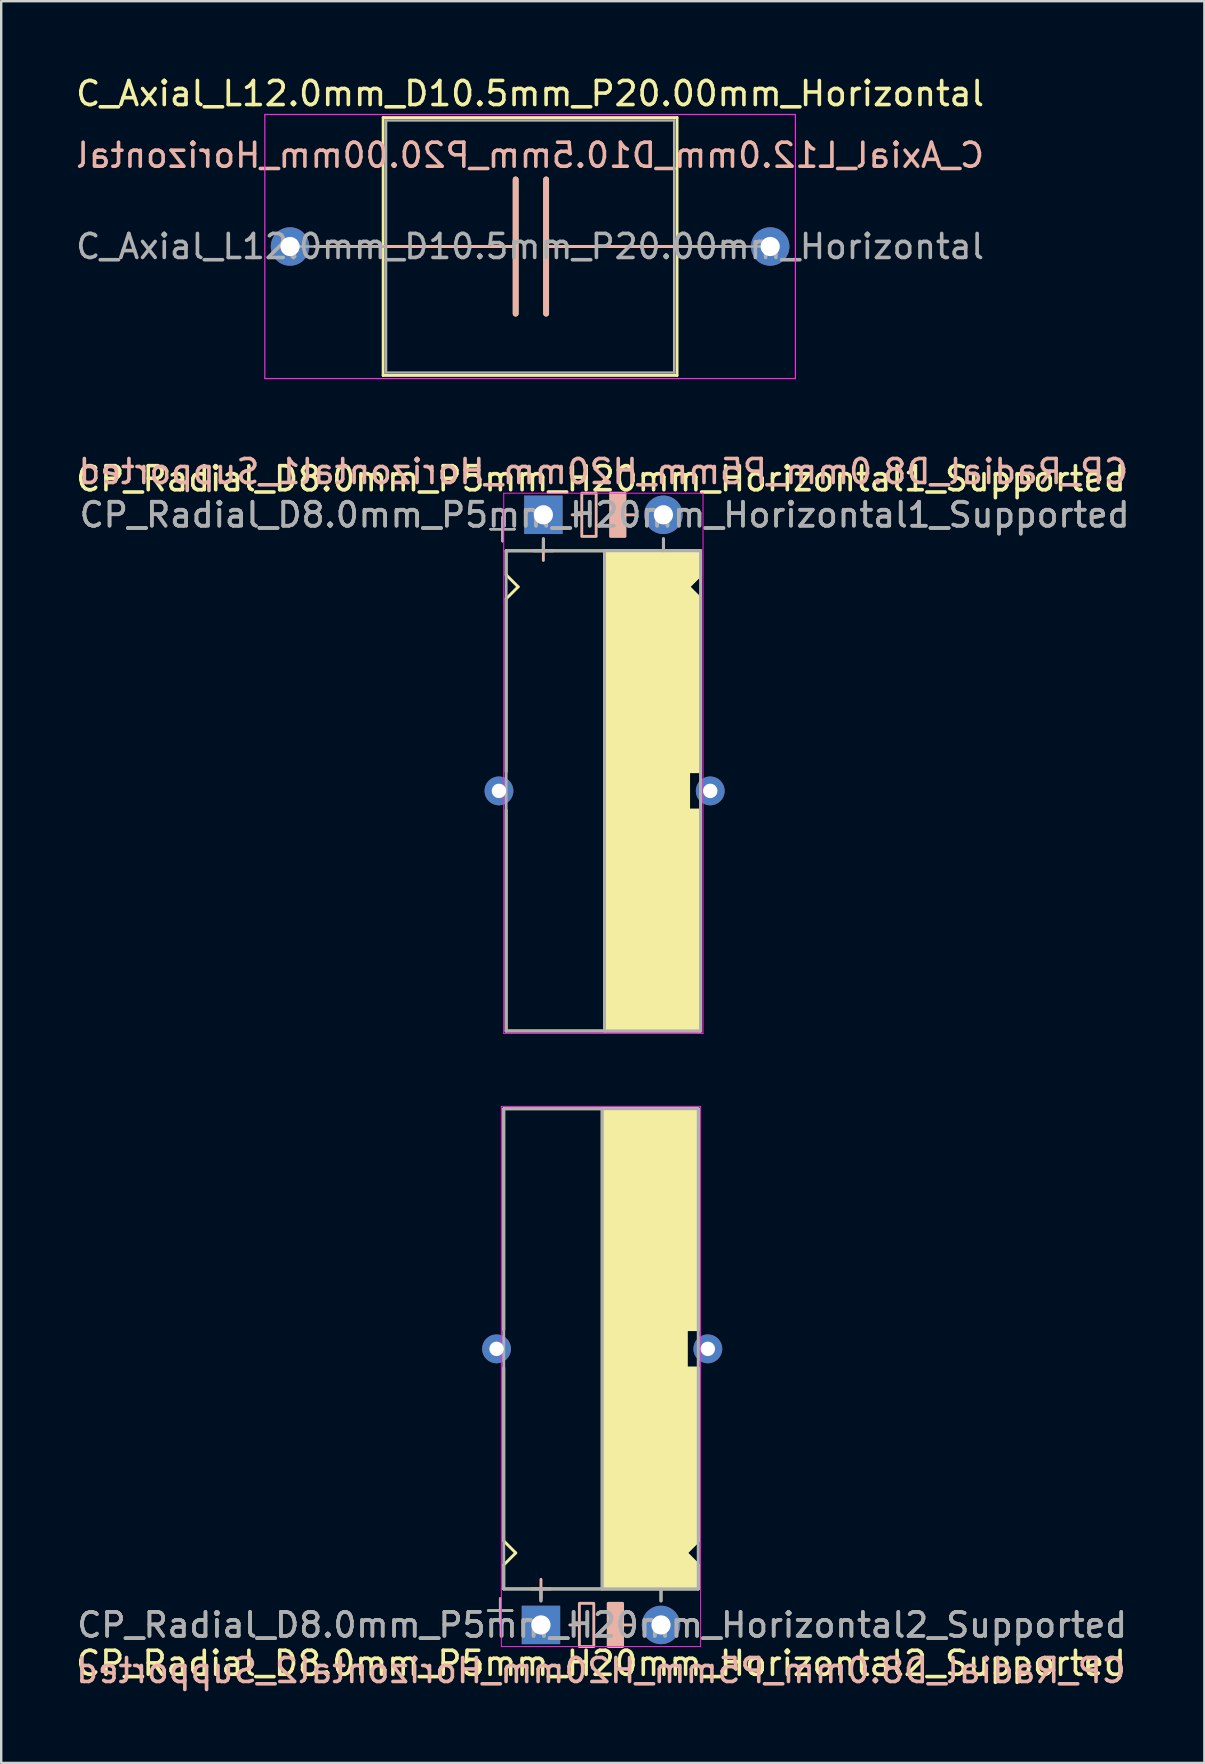
<source format=kicad_pcb>
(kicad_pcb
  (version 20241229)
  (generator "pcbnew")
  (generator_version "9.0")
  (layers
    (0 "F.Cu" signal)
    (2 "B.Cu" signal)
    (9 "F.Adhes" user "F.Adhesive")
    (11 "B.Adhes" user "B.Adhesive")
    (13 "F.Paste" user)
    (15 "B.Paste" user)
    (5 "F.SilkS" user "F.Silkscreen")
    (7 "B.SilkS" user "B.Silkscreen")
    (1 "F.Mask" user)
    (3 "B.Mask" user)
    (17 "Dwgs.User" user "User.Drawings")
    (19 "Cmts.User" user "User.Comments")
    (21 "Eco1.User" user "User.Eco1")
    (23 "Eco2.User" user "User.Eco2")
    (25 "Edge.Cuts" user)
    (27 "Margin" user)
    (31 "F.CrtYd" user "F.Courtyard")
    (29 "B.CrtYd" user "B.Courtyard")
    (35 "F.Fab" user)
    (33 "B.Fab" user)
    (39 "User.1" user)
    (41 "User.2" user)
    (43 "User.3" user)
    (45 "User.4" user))
  (footprint "CP_Radial_D8.0mm_P5mm_H20mm_Horizontal1_Supported"
    (layer "F.Cu")
    (at 20.382 18.392)
    (property "Reference" "CP_Radial_D8.0mm_P5mm_H20mm_Horizontal1_Supported" (at 1.6 -1.5 0) (layer "F.SilkS") (effects (font (size 1 1) (thickness 0.15))))
    (fp_line (start -3 0.6) (end -2 0.6) (stroke (width 0.1) (type solid)) (layer "F.SilkS"))
    (fp_line (start -2.5 1.1) (end -2.5 0.1) (stroke (width 0.1) (type solid)) (layer "F.SilkS"))
    (fp_line (start -2.35 1.5) (end -2.35 2.5) (stroke (width 0.12) (type solid)) (layer "F.SilkS"))
    (fp_line (start -2.35 1.5) (end 5.75 1.5) (stroke (width 0.12) (type solid)) (layer "F.SilkS"))
    (fp_line (start -2.35 2.5) (end -1.85 3) (stroke (width 0.12) (type solid)) (layer "F.SilkS"))
    (fp_line (start -2.35 10.7) (end -2.35 3.5) (stroke (width 0.12) (type solid)) (layer "F.SilkS"))
    (fp_line (start -2.35 12.3) (end -2.35 21.5) (stroke (width 0.12) (type solid)) (layer "F.SilkS"))
    (fp_line (start -2.35 21.5) (end 5.65 21.5) (stroke (width 0.12) (type solid)) (layer "F.SilkS"))
    (fp_line (start -1.85 3) (end -2.35 3.5) (stroke (width 0.12) (type solid)) (layer "F.SilkS"))
    (fp_line (start -0.8 1) (end -0.8 1.5) (stroke (width 0.12) (type solid)) (layer "F.SilkS"))
    (fp_line (start 1.75 21.5) (end 1.75 1.5) (stroke (width 0.12) (type solid)) (layer "F.SilkS"))
    (fp_line (start 4.2 1) (end 4.2 1.5) (stroke (width 0.12) (type solid)) (layer "F.SilkS"))
    (fp_line (start 5.25 3) (end 5.75 2.5) (stroke (width 0.12) (type solid)) (layer "F.SilkS"))
    (fp_line (start 5.25 10.7) (end 5.25 12.3) (stroke (width 0.12) (type solid)) (layer "F.SilkS"))
    (fp_line (start 5.25 12.3) (end 5.75 12.3) (stroke (width 0.12) (type solid)) (layer "F.SilkS"))
    (fp_line (start 5.75 2.5) (end 5.75 1.5) (stroke (width 0.12) (type solid)) (layer "F.SilkS"))
    (fp_line (start 5.75 3.5) (end 5.25 3) (stroke (width 0.12) (type solid)) (layer "F.SilkS"))
    (fp_line (start 5.75 10.7) (end 5.25 10.7) (stroke (width 0.12) (type solid)) (layer "F.SilkS"))
    (fp_line (start 5.75 10.7) (end 5.75 3.5) (stroke (width 0.12) (type solid)) (layer "F.SilkS"))
    (fp_line (start 5.75 12.3) (end 5.75 21.5) (stroke (width 0.12) (type solid)) (layer "F.SilkS"))
    (fp_line (start 5.75 21.5) (end 5.65 21.5) (stroke (width 0.12) (type solid)) (layer "F.SilkS"))
    (fp_poly (pts (xy 5.75 2.5) (xy 5.25 3) (xy 5.75 3.5) (xy 5.75 10.7) (xy 5.25 10.7) (xy 5.25 12.3) (xy 5.75 12.3) (xy 5.75 21.5) (xy 1.75 21.5) (xy 1.75 1.5) (xy 5.75 1.5)) (stroke (width 0.1) (type solid)) (fill yes) (layer "F.SilkS"))
    (fp_line (start -0.8 1.1) (end -0.8 1.9) (stroke (width 0.12) (type solid)) (layer "B.SilkS"))
    (fp_line (start -0.4 1.5) (end -1.2 1.5) (stroke (width 0.12) (type solid)) (layer "B.SilkS"))
    (fp_line (start 0.8 0) (end 0.4 0) (stroke (width 0.12) (type solid)) (layer "B.SilkS"))
    (fp_line (start 3 0) (end 2.6 0) (stroke (width 0.12) (type solid)) (layer "B.SilkS"))
    (fp_rect (start 1.4 -0.9) (end 0.8 0.9) (stroke (width 0.12) (type solid)) (fill no) (layer "B.SilkS"))
    (fp_rect (start 2.6 -0.9) (end 2 0.9) (stroke (width 0.12) (type solid)) (fill yes) (layer "B.SilkS"))
    (fp_line (start -2.45 -0.9) (end 5.85 -0.9) (stroke (width 0.04) (type solid)) (layer "F.CrtYd"))
    (fp_line (start -2.45 1.5) (end -2.45 -0.9) (stroke (width 0.04) (type solid)) (layer "F.CrtYd"))
    (fp_line (start -2.45 21.6) (end -2.45 1.5) (stroke (width 0.04) (type solid)) (layer "F.CrtYd"))
    (fp_line (start 5.85 -0.9) (end 5.85 21.6) (stroke (width 0.04) (type solid)) (layer "F.CrtYd"))
    (fp_line (start 5.85 21.6) (end -2.45 21.6) (stroke (width 0.04) (type solid)) (layer "F.CrtYd"))
    (fp_line (start -3 0.6) (end -2 0.6) (stroke (width 0.1) (type solid)) (layer "F.Fab"))
    (fp_line (start -2.5 1.1) (end -2.5 0.1) (stroke (width 0.1) (type solid)) (layer "F.Fab"))
    (fp_line (start -2.35 1.5) (end 5.75 1.5) (stroke (width 0.12) (type solid)) (layer "F.Fab"))
    (fp_line (start -2.35 21.5) (end -2.35 1.5) (stroke (width 0.12) (type solid)) (layer "F.Fab"))
    (fp_line (start -0.8 1.5) (end -0.8 1) (stroke (width 0.12) (type solid)) (layer "F.Fab"))
    (fp_line (start 1.75 1.5) (end 1.75 21.5) (stroke (width 0.12) (type solid)) (layer "F.Fab"))
    (fp_line (start 4.2 1.5) (end 4.2 1) (stroke (width 0.12) (type solid)) (layer "F.Fab"))
    (fp_line (start 5.75 1.5) (end 5.75 21.5) (stroke (width 0.12) (type solid)) (layer "F.Fab"))
    (fp_line (start 5.75 21.5) (end -2.35 21.5) (stroke (width 0.12) (type solid)) (layer "F.Fab"))
    (fp_poly (pts (xy 5.75 21.5) (xy 1.75 21.5) (xy 1.75 1.5) (xy 5.75 1.5)) (stroke (width 0.1) (type solid)) (fill no) (layer "F.Fab"))
    (fp_text user "${REFERENCE}" (at 1.7 -1.8 0) (layer "B.SilkS") (effects (font (size 1 1) (thickness 0.15)) (justify mirror)))
    (fp_text user "${REFERENCE}" (at 1.75 0 0) (layer "F.Fab") (effects (font (size 1 1) (thickness 0.15))))
    (fp_text user "${REFERENCE}" (at 1.75 0 0) (layer "F.Fab") (effects (font (size 1 1) (thickness 0.15))))
    (pad "1" thru_hole rect (at -0.8 0) (size 1.6 1.6) (drill 0.8) (layers "*.Cu" "*.Mask"))
    (pad "2" thru_hole circle (at 4.2 0) (size 1.6 1.6) (drill 0.8) (layers "*.Cu" "*.Mask"))
    (pad "~" thru_hole circle (at -2.65 11.5) (size 1.2 1.2) (drill 0.6) (layers "*.Cu" "*.Mask"))
    (pad "~" thru_hole circle (at 6.15 11.5) (size 1.2 1.2) (drill 0.6) (layers "*.Cu" "*.Mask")))
  (footprint "C_Axial_L12.0mm_D10.5mm_P20.00mm_Horizontal"
    (layer "F.Cu")
    (at 9.03 7.218)
    (property "Reference" "C_Axial_L12.0mm_D10.5mm_P20.00mm_Horizontal" (at 10 -6.37 0) (layer "F.SilkS") (effects (font (size 1 1) (thickness 0.15))))
    (fp_line (start 1.04 0) (end 3.88 0) (stroke (width 0.12) (type solid)) (layer "F.SilkS"))
    (fp_line (start 3.88 -5.37) (end 3.88 5.37) (stroke (width 0.12) (type solid)) (layer "F.SilkS"))
    (fp_line (start 3.88 0) (end 9.398 0) (stroke (width 0.12) (type solid)) (layer "F.SilkS"))
    (fp_line (start 3.88 5.37) (end 16.12 5.37) (stroke (width 0.12) (type solid)) (layer "F.SilkS"))
    (fp_line (start 9.398 -2.794) (end 9.398 2.794) (stroke (width 0.24) (type solid)) (layer "F.SilkS"))
    (fp_line (start 10.668 2.794) (end 10.668 -2.794) (stroke (width 0.24) (type solid)) (layer "F.SilkS"))
    (fp_line (start 16.12 -5.37) (end 3.88 -5.37) (stroke (width 0.12) (type solid)) (layer "F.SilkS"))
    (fp_line (start 16.12 5.37) (end 16.12 -5.37) (stroke (width 0.12) (type solid)) (layer "F.SilkS"))
    (fp_line (start 16.129 0) (end 10.668 0) (stroke (width 0.12) (type solid)) (layer "F.SilkS"))
    (fp_line (start 18.96 0) (end 16.12 0) (stroke (width 0.12) (type solid)) (layer "F.SilkS"))
    (fp_line (start 1.04 0) (end 3.88 0) (stroke (width 0.12) (type solid)) (layer "B.SilkS"))
    (fp_line (start 3.88 0) (end 9.398 0) (stroke (width 0.12) (type solid)) (layer "B.SilkS"))
    (fp_line (start 9.398 2.794) (end 9.398 -2.794) (stroke (width 0.24) (type solid)) (layer "B.SilkS"))
    (fp_line (start 10.668 -2.794) (end 10.668 2.794) (stroke (width 0.24) (type solid)) (layer "B.SilkS"))
    (fp_line (start 16.129 0) (end 10.668 0) (stroke (width 0.12) (type solid)) (layer "B.SilkS"))
    (fp_line (start 18.96 0) (end 16.12 0) (stroke (width 0.12) (type solid)) (layer "B.SilkS"))
    (fp_line (start -1.05 -5.5) (end -1.05 5.5) (stroke (width 0.05) (type solid)) (layer "F.CrtYd"))
    (fp_line (start -1.05 5.5) (end 21.05 5.5) (stroke (width 0.05) (type solid)) (layer "F.CrtYd"))
    (fp_line (start 21.05 -5.5) (end -1.05 -5.5) (stroke (width 0.05) (type solid)) (layer "F.CrtYd"))
    (fp_line (start 21.05 5.5) (end 21.05 -5.5) (stroke (width 0.05) (type solid)) (layer "F.CrtYd"))
    (fp_line (start 0 0) (end 4 0) (stroke (width 0.1) (type solid)) (layer "F.Fab"))
    (fp_line (start 4 -5.25) (end 4 5.25) (stroke (width 0.1) (type solid)) (layer "F.Fab"))
    (fp_line (start 4 5.25) (end 16 5.25) (stroke (width 0.1) (type solid)) (layer "F.Fab"))
    (fp_line (start 16 -5.25) (end 4 -5.25) (stroke (width 0.1) (type solid)) (layer "F.Fab"))
    (fp_line (start 16 5.25) (end 16 -5.25) (stroke (width 0.1) (type solid)) (layer "F.Fab"))
    (fp_line (start 20 0) (end 16 0) (stroke (width 0.1) (type solid)) (layer "F.Fab"))
    (fp_text user "${REFERENCE}" (at 10 -3.8 0) (layer "B.SilkS") (effects (font (size 1 1) (thickness 0.15)) (justify mirror)))
    (fp_text user "${REFERENCE}" (at 10 0 0) (layer "F.Fab") (effects (font (size 1 1) (thickness 0.15))))
    (pad "1" thru_hole circle (at 0 0) (size 1.6 1.6) (drill 0.8) (layers "*.Cu" "*.Mask"))
    (pad "2" thru_hole oval (at 20 0) (size 1.6 1.6) (drill 0.8) (layers "*.Cu" "*.Mask")))
  (footprint "CP_Radial_D8.0mm_P5mm_H20mm_Horizontal2_Supported"
    (layer "F.Cu")
    (at 20.282 64.632)
    (property "Reference" "CP_Radial_D8.0mm_P5mm_H20mm_Horizontal2_Supported" (at 1.7 1.6 0) (layer "F.SilkS") (effects (font (size 1 1) (thickness 0.15))))
    (fp_line (start -3 -0.6) (end -2 -0.6) (stroke (width 0.1) (type solid)) (layer "F.SilkS"))
    (fp_line (start -2.5 -0.1) (end -2.5 -1.1) (stroke (width 0.1) (type solid)) (layer "F.SilkS"))
    (fp_line (start -2.35 -21.5) (end 5.65 -21.5) (stroke (width 0.12) (type solid)) (layer "F.SilkS"))
    (fp_line (start -2.35 -12.3) (end -2.35 -21.5) (stroke (width 0.12) (type solid)) (layer "F.SilkS"))
    (fp_line (start -2.35 -10.7) (end -2.35 -3.5) (stroke (width 0.12) (type solid)) (layer "F.SilkS"))
    (fp_line (start -2.35 -2.5) (end -1.85 -3) (stroke (width 0.12) (type solid)) (layer "F.SilkS"))
    (fp_line (start -2.35 -1.5) (end -2.35 -2.5) (stroke (width 0.12) (type solid)) (layer "F.SilkS"))
    (fp_line (start -2.35 -1.5) (end 5.75 -1.5) (stroke (width 0.12) (type solid)) (layer "F.SilkS"))
    (fp_line (start -1.85 -3) (end -2.35 -3.5) (stroke (width 0.12) (type solid)) (layer "F.SilkS"))
    (fp_line (start -0.8 -1) (end -0.8 -1.5) (stroke (width 0.12) (type solid)) (layer "F.SilkS"))
    (fp_line (start 1.75 -21.5) (end 1.75 -1.5) (stroke (width 0.12) (type solid)) (layer "F.SilkS"))
    (fp_line (start 4.2 -1) (end 4.2 -1.5) (stroke (width 0.12) (type solid)) (layer "F.SilkS"))
    (fp_line (start 5.25 -12.3) (end 5.75 -12.3) (stroke (width 0.12) (type solid)) (layer "F.SilkS"))
    (fp_line (start 5.25 -10.7) (end 5.25 -12.3) (stroke (width 0.12) (type solid)) (layer "F.SilkS"))
    (fp_line (start 5.25 -3) (end 5.75 -2.5) (stroke (width 0.12) (type solid)) (layer "F.SilkS"))
    (fp_line (start 5.75 -21.5) (end 5.65 -21.5) (stroke (width 0.12) (type solid)) (layer "F.SilkS"))
    (fp_line (start 5.75 -12.3) (end 5.75 -21.5) (stroke (width 0.12) (type solid)) (layer "F.SilkS"))
    (fp_line (start 5.75 -10.7) (end 5.25 -10.7) (stroke (width 0.12) (type solid)) (layer "F.SilkS"))
    (fp_line (start 5.75 -10.7) (end 5.75 -3.5) (stroke (width 0.12) (type solid)) (layer "F.SilkS"))
    (fp_line (start 5.75 -3.5) (end 5.25 -3) (stroke (width 0.12) (type solid)) (layer "F.SilkS"))
    (fp_line (start 5.75 -2.5) (end 5.75 -1.5) (stroke (width 0.12) (type solid)) (layer "F.SilkS"))
    (fp_poly (pts (xy 5.75 -2.5) (xy 5.25 -3) (xy 5.75 -3.5) (xy 5.75 -10.7) (xy 5.25 -10.7) (xy 5.25 -12.3) (xy 5.75 -12.3) (xy 5.75 -21.5) (xy 1.75 -21.5) (xy 1.75 -1.5) (xy 5.75 -1.5)) (stroke (width 0.1) (type solid)) (fill yes) (layer "F.SilkS"))
    (fp_line (start -0.8 -1.9) (end -0.8 -1.1) (stroke (width 0.12) (type solid)) (layer "B.SilkS"))
    (fp_line (start -0.4 -1.5) (end -1.2 -1.5) (stroke (width 0.12) (type solid)) (layer "B.SilkS"))
    (fp_line (start 0.8 0) (end 0.4 0) (stroke (width 0.12) (type solid)) (layer "B.SilkS"))
    (fp_line (start 3 0) (end 2.6 0) (stroke (width 0.12) (type solid)) (layer "B.SilkS"))
    (fp_rect (start 1.4 -0.9) (end 0.8 0.9) (stroke (width 0.12) (type solid)) (fill no) (layer "B.SilkS"))
    (fp_rect (start 2.6 -0.9) (end 2 0.9) (stroke (width 0.12) (type solid)) (fill yes) (layer "B.SilkS"))
    (fp_line (start -2.45 -21.6) (end -2.45 -1.5) (stroke (width 0.04) (type solid)) (layer "F.CrtYd"))
    (fp_line (start -2.45 -1.5) (end -2.45 0.9) (stroke (width 0.04) (type solid)) (layer "F.CrtYd"))
    (fp_line (start -2.45 0.9) (end 5.85 0.9) (stroke (width 0.04) (type solid)) (layer "F.CrtYd"))
    (fp_line (start 5.85 -21.6) (end -2.45 -21.6) (stroke (width 0.04) (type solid)) (layer "F.CrtYd"))
    (fp_line (start 5.85 0.9) (end 5.85 -21.6) (stroke (width 0.04) (type solid)) (layer "F.CrtYd"))
    (fp_line (start -3 -0.6) (end -2 -0.6) (stroke (width 0.1) (type solid)) (layer "F.Fab"))
    (fp_line (start -2.5 -0.1) (end -2.5 -1.1) (stroke (width 0.1) (type solid)) (layer "F.Fab"))
    (fp_line (start -2.35 -21.5) (end -2.35 -1.5) (stroke (width 0.12) (type solid)) (layer "F.Fab"))
    (fp_line (start -2.35 -1.5) (end 5.75 -1.5) (stroke (width 0.12) (type solid)) (layer "F.Fab"))
    (fp_line (start -0.8 -1.5) (end -0.8 -1) (stroke (width 0.12) (type solid)) (layer "F.Fab"))
    (fp_line (start 1.75 -1.5) (end 1.75 -21.5) (stroke (width 0.12) (type solid)) (layer "F.Fab"))
    (fp_line (start 4.2 -1.5) (end 4.2 -1) (stroke (width 0.12) (type solid)) (layer "F.Fab"))
    (fp_line (start 5.75 -21.5) (end -2.35 -21.5) (stroke (width 0.12) (type solid)) (layer "F.Fab"))
    (fp_line (start 5.75 -1.5) (end 5.75 -21.5) (stroke (width 0.12) (type solid)) (layer "F.Fab"))
    (fp_poly (pts (xy 5.75 -21.5) (xy 1.75 -21.5) (xy 1.75 -1.5) (xy 5.75 -1.5)) (stroke (width 0.1) (type solid)) (fill no) (layer "F.Fab"))
    (fp_text user "${REFERENCE}" (at 1.7 1.9 0) (layer "B.SilkS") (effects (font (size 1 1) (thickness 0.15)) (justify mirror)))
    (fp_text user "${REFERENCE}" (at 1.75 0 0) (layer "F.Fab") (effects (font (size 1 1) (thickness 0.15))))
    (fp_text user "${REFERENCE}" (at 1.75 0 0) (layer "F.Fab") (effects (font (size 1 1) (thickness 0.15))))
    (pad "1" thru_hole rect (at -0.8 0) (size 1.6 1.6) (drill 0.8) (layers "*.Cu" "*.Mask"))
    (pad "2" thru_hole circle (at 4.2 0) (size 1.6 1.6) (drill 0.8) (layers "*.Cu" "*.Mask"))
    (pad "~" thru_hole circle (at -2.65 -11.5 180) (size 1.2 1.2) (drill 0.6) (layers "*.Cu" "*.Mask"))
    (pad "~" thru_hole circle (at 6.15 -11.5 180) (size 1.2 1.2) (drill 0.6) (layers "*.Cu" "*.Mask")))
  (gr_rect
    (start -3 -3)
    (end 47.114 70.38)
    (stroke (width 0.1) (type default))
    (fill no)
    (layer "Edge.Cuts")))
</source>
